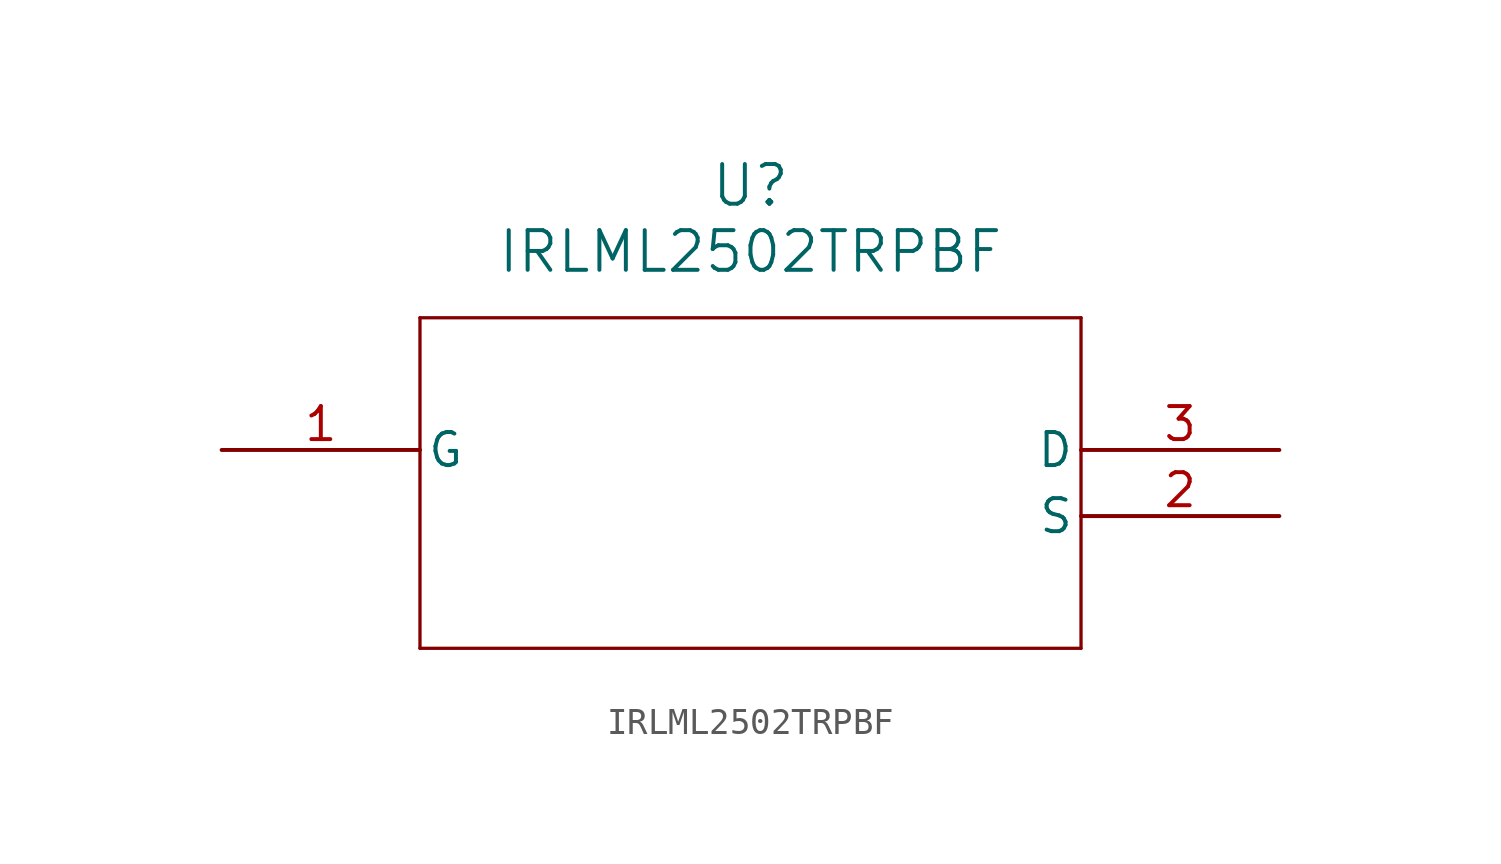
<source format=kicad_sym>
(kicad_symbol_lib
  (version 20211014)
  (generator kicad_symbol_editor)
  (symbol "IRLML2502TRPBF"
    (pin_names
      (offset 0.254))
    (property "Reference" "U"
      (at 20.32 10.16 0)
      (effects (font (size 1.524 1.524))))
    (property "Value" "IRLML2502TRPBF"
      (at 20.32 7.62 0)
      (effects (font (size 1.524 1.524))))
    (symbol "IRLML2502TRPBF_0_1"
      (polyline (pts (xy 7.62 5.08) (xy 7.62 -7.62)) (stroke (width 0.127) (type default) (color 0 0 0 0)) (fill (type none)))
      (polyline (pts (xy 7.62 -7.62) (xy 33.02 -7.62)) (stroke (width 0.127) (type default) (color 0 0 0 0)) (fill (type none)))
      (polyline (pts (xy 33.02 -7.62) (xy 33.02 5.08)) (stroke (width 0.127) (type default) (color 0 0 0 0)) (fill (type none)))
      (polyline (pts (xy 33.02 5.08) (xy 7.62 5.08)) (stroke (width 0.127) (type default) (color 0 0 0 0)) (fill (type none)))
      (pin unspecified line (at 0 0 0) (length 7.62) (name "G" (effects (font (size 1.27 1.27)))) (number "1" (effects (font (size 1.27 1.27)))))
      (pin unspecified line (at 40.64 -2.54 180) (length 7.62) (name "S" (effects (font (size 1.27 1.27)))) (number "2" (effects (font (size 1.27 1.27)))))
      (pin unspecified line (at 40.64 0 180) (length 7.62) (name "D" (effects (font (size 1.27 1.27)))) (number "3" (effects (font (size 1.27 1.27))))))))
</source>
